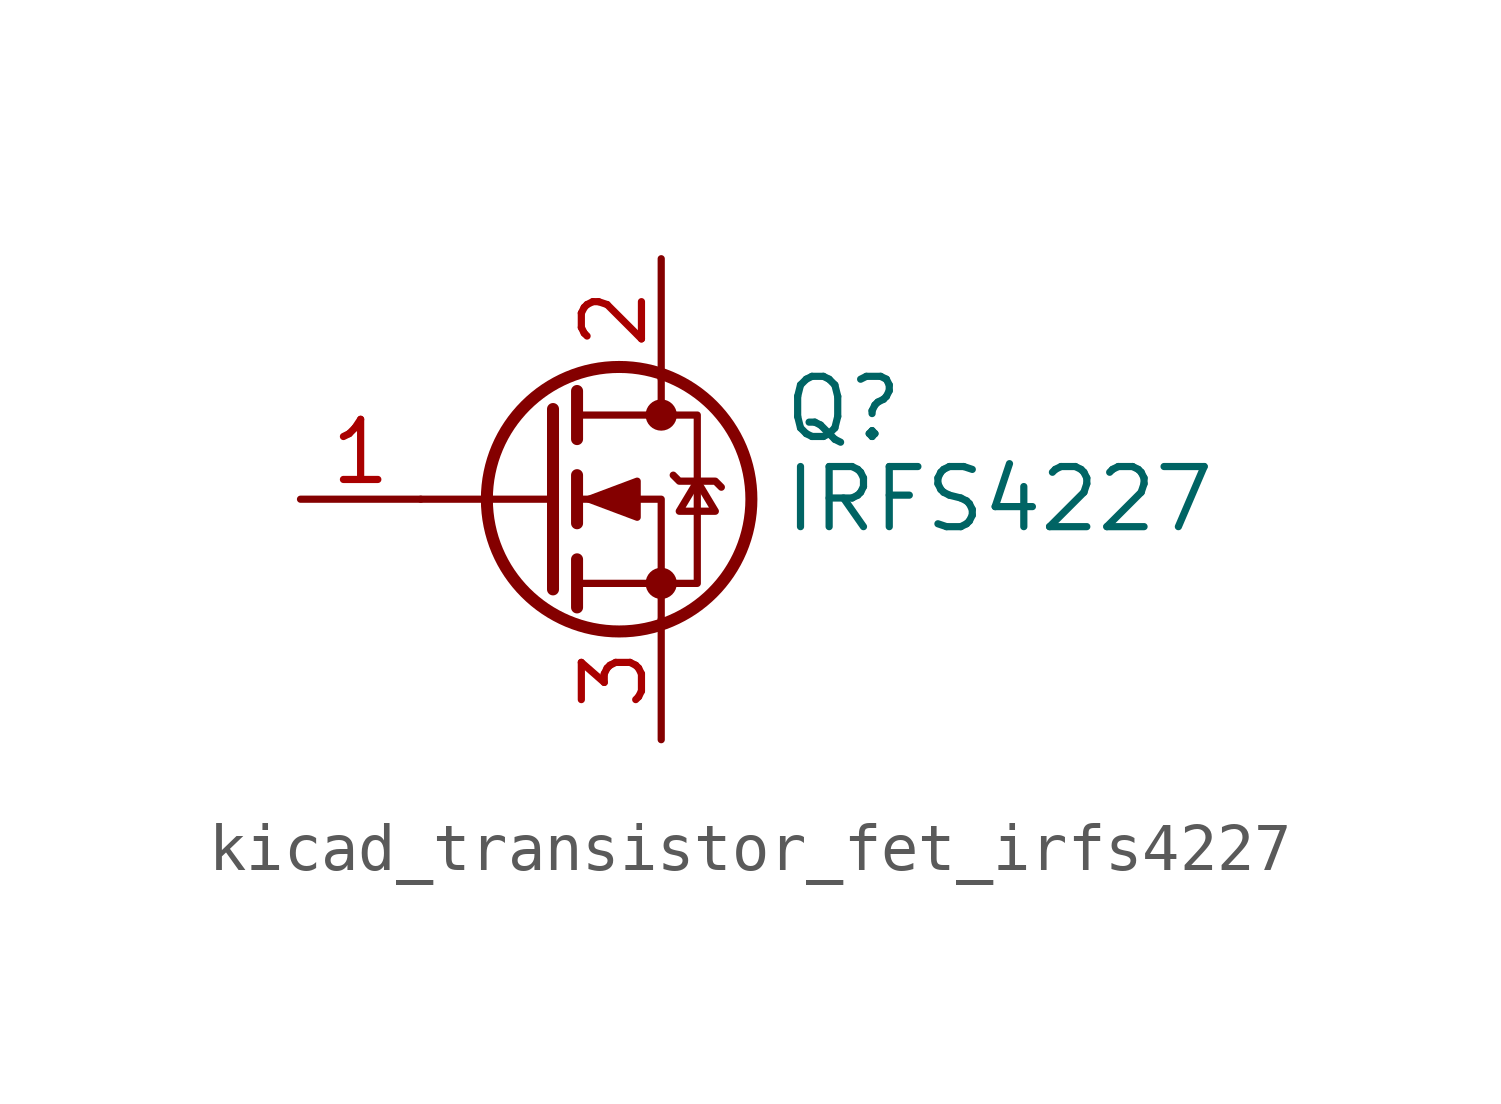
<source format=kicad_sym>
(kicad_symbol_lib
  (version 20220914)
  (generator kicad_symbol_editor)
  (symbol "kicad_transistor_fet_irfs4227"
    (pin_names hide)
    (property "Reference" "Q"
      (at 5.08 1.905 0)
      (effects (font (size 1.27 1.27)) (justify left)))
    (property "Value" "IRFS4227"
      (at 5.08 0 0)
      (effects (font (size 1.27 1.27)) (justify left)))
    (symbol "kicad_transistor_fet_irfs4227_0_1"
      (polyline (pts (xy 0.254 0) (xy -2.54 0)) (stroke (width 0) (type default)) (fill (type none)))
      (polyline (pts (xy 0.254 1.905) (xy 0.254 -1.905)) (stroke (width 0.254) (type default)) (fill (type none)))
      (polyline (pts (xy 0.762 -1.27) (xy 0.762 -2.286)) (stroke (width 0.254) (type default)) (fill (type none)))
      (polyline (pts (xy 0.762 0.508) (xy 0.762 -0.508)) (stroke (width 0.254) (type default)) (fill (type none)))
      (polyline (pts (xy 0.762 2.286) (xy 0.762 1.27)) (stroke (width 0.254) (type default)) (fill (type none)))
      (polyline (pts (xy 2.54 2.54) (xy 2.54 1.778)) (stroke (width 0) (type default)) (fill (type none)))
      (polyline (pts (xy 2.54 -2.54) (xy 2.54 0) (xy 0.762 0)) (stroke (width 0) (type default)) (fill (type none)))
      (polyline (pts (xy 0.762 -1.778) (xy 3.302 -1.778) (xy 3.302 1.778) (xy 0.762 1.778)) (stroke (width 0) (type default)) (fill (type none)))
      (polyline (pts (xy 1.016 0) (xy 2.032 0.381) (xy 2.032 -0.381) (xy 1.016 0)) (stroke (width 0) (type default)) (fill (type outline)))
      (polyline (pts (xy 2.794 0.508) (xy 2.921 0.381) (xy 3.683 0.381) (xy 3.81 0.254)) (stroke (width 0) (type default)) (fill (type none)))
      (polyline (pts (xy 3.302 0.381) (xy 2.921 -0.254) (xy 3.683 -0.254) (xy 3.302 0.381)) (stroke (width 0) (type default)) (fill (type none)))
      (circle (center 1.651 0) (radius 2.794) (stroke (width 0.254) (type default)) (fill (type none)))
      (circle (center 2.54 -1.778) (radius 0.254) (stroke (width 0) (type default)) (fill (type outline)))
      (circle (center 2.54 1.778) (radius 0.254) (stroke (width 0) (type default)) (fill (type outline))))
    (symbol "kicad_transistor_fet_irfs4227_1_1"
      (pin passive line (at -5.08 0 0) (length 2.54) (name "G" (effects (font (size 1.27 1.27)))) (number "1" (effects (font (size 1.27 1.27)))))
      (pin passive line (at 2.54 5.08 270) (length 2.54) (name "D" (effects (font (size 1.27 1.27)))) (number "2" (effects (font (size 1.27 1.27)))))
      (pin passive line (at 2.54 -5.08 90) (length 2.54) (name "S" (effects (font (size 1.27 1.27)))) (number "3" (effects (font (size 1.27 1.27))))))))
</source>
